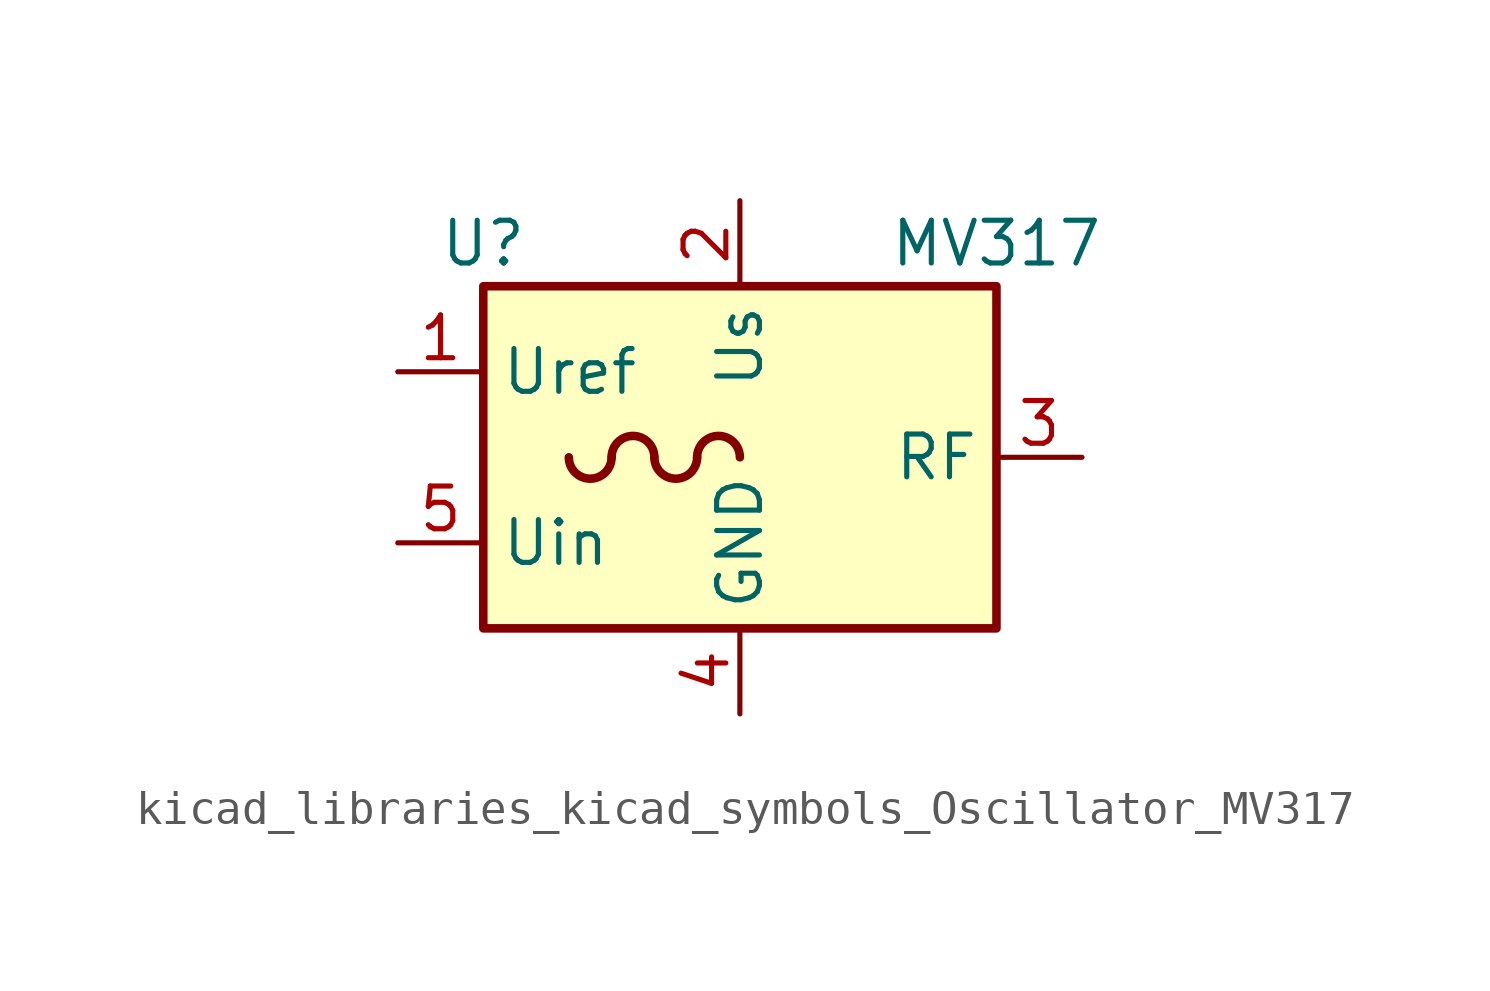
<source format=kicad_sym>
(kicad_symbol_lib
  (version 20220914)
  (generator kicad_symbol_editor)
  (symbol "kicad_libraries_kicad_symbols_Oscillator_MV317"
    (property "Reference" "U"
      (at -7.62 6.35 0)
      (effects (font (size 1.27 1.27))))
    (property "Value" "MV317"
      (at 7.62 6.35 0)
      (effects (font (size 1.27 1.27))))
    (symbol "kicad_libraries_kicad_symbols_Oscillator_MV317_0_1"
      (rectangle (start -7.62 5.08) (end 7.62 -5.08) (stroke (width 0.254) (type default)) (fill (type background)))
      (arc (start -5.08 0) (mid -4.445 -0.6323) (end -3.81 0) (stroke (width 0.254) (type default)) (fill (type none)))
      (arc (start -2.54 0) (mid -3.175 0.6323) (end -3.81 0) (stroke (width 0.254) (type default)) (fill (type none)))
      (arc (start -2.54 0) (mid -1.905 -0.6323) (end -1.27 0) (stroke (width 0.254) (type default)) (fill (type none)))
      (arc (start 0 0) (mid -0.635 0.6323) (end -1.27 0) (stroke (width 0.254) (type default)) (fill (type none))))
    (symbol "kicad_libraries_kicad_symbols_Oscillator_MV317_1_1"
      (pin output line (at -10.16 2.54 0) (length 2.54) (name "Uref" (effects (font (size 1.27 1.27)))) (number "1" (effects (font (size 1.27 1.27)))))
      (pin power_in line (at 0 7.62 270) (length 2.54) (name "Us" (effects (font (size 1.27 1.27)))) (number "2" (effects (font (size 1.27 1.27)))))
      (pin output line (at 10.16 0 180) (length 2.54) (name "RF" (effects (font (size 1.27 1.27)))) (number "3" (effects (font (size 1.27 1.27)))))
      (pin power_in line (at 0 -7.62 90) (length 2.54) (name "GND" (effects (font (size 1.27 1.27)))) (number "4" (effects (font (size 1.27 1.27)))))
      (pin input line (at -10.16 -2.54 0) (length 2.54) (name "Uin" (effects (font (size 1.27 1.27)))) (number "5" (effects (font (size 1.27 1.27))))))))
</source>
